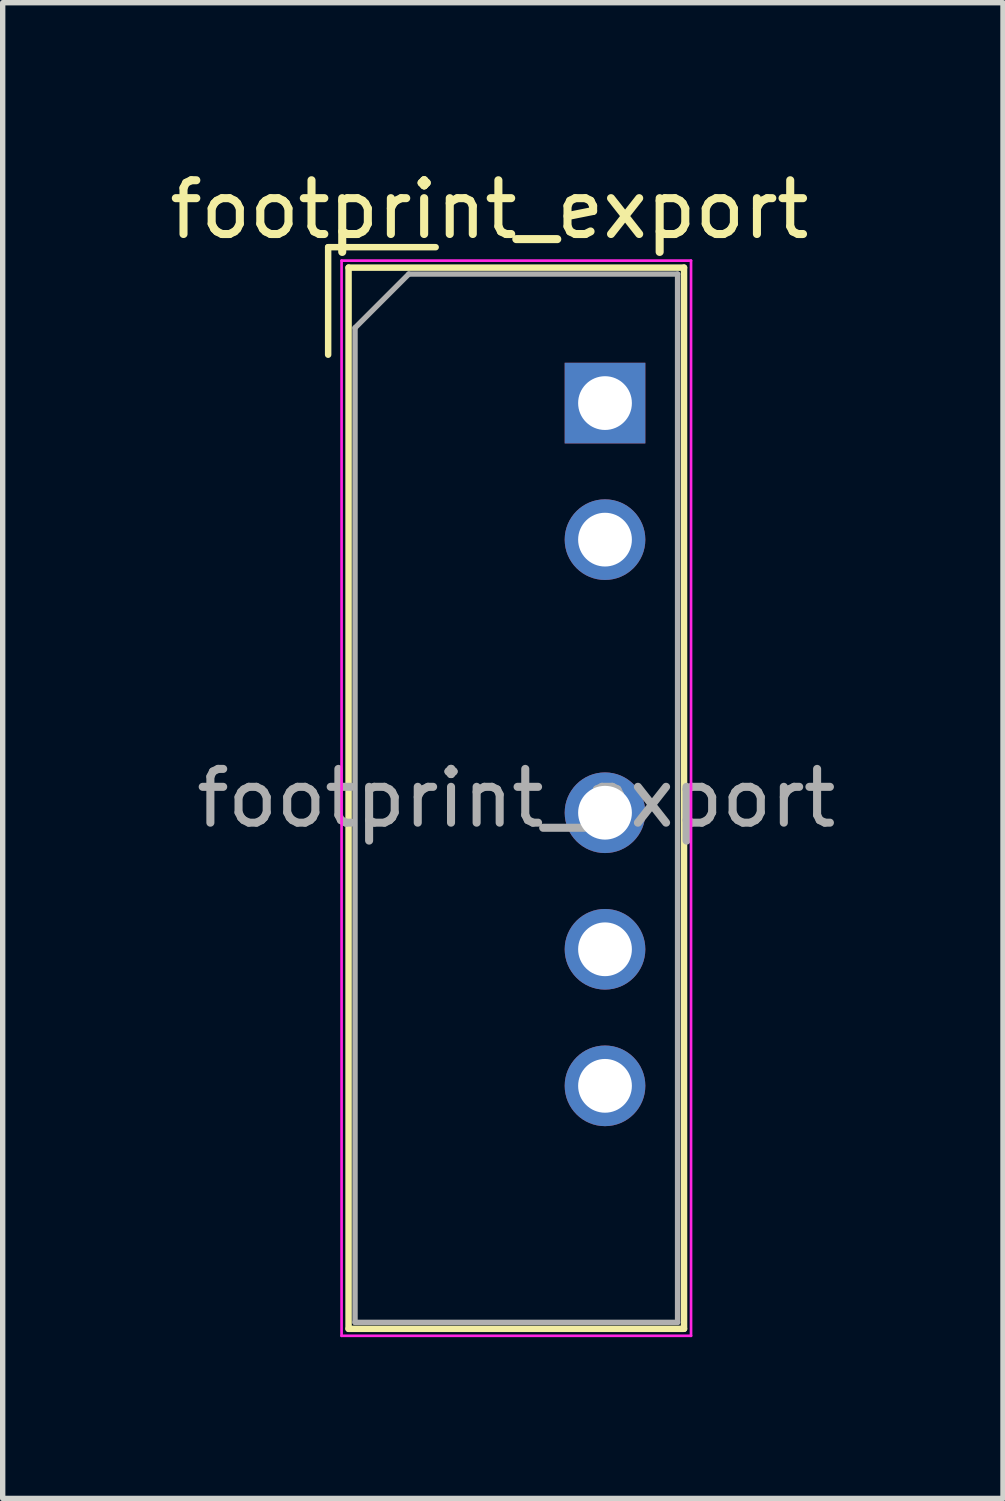
<source format=kicad_pcb>
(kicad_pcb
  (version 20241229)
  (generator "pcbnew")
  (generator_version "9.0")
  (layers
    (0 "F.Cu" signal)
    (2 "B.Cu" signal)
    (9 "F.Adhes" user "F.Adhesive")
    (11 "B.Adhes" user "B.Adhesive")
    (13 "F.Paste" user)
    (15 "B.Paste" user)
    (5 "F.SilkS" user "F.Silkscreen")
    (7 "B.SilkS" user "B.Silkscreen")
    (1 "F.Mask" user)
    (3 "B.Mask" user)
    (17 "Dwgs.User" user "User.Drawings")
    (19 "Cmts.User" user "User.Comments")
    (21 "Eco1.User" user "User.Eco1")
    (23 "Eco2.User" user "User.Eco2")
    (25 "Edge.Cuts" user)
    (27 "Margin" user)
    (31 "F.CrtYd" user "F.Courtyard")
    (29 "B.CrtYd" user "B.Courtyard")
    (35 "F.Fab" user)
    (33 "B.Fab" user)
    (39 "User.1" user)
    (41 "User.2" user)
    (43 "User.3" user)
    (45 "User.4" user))
  (footprint "footprint_export"
    (layer "F.Cu")
    (at 8.204 4.448)
    (property "Reference" "footprint_export" (at -2.15 -3.6 0) (layer "F.SilkS") (effects (font (size 1 1) (thickness 0.15))))
    (attr through_hole)
    (fp_line (start -5.15 -2.9) (end -3.15 -2.9) (stroke (width 0.12) (type solid)) (layer "F.SilkS"))
    (fp_line (start -5.15 -0.9) (end -5.15 -2.9) (stroke (width 0.12) (type solid)) (layer "F.SilkS"))
    (fp_line (start -4.77 -2.52) (end -4.77 17.22) (stroke (width 0.12) (type solid)) (layer "F.SilkS"))
    (fp_line (start -4.77 -2.52) (end 1.47 -2.52) (stroke (width 0.12) (type solid)) (layer "F.SilkS"))
    (fp_line (start -4.77 17.22) (end 1.47 17.22) (stroke (width 0.12) (type solid)) (layer "F.SilkS"))
    (fp_line (start 1.47 -2.52) (end 1.47 17.22) (stroke (width 0.12) (type solid)) (layer "F.SilkS"))
    (fp_line (start -4.9 -2.65) (end -4.9 17.35) (stroke (width 0.05) (type solid)) (layer "F.CrtYd"))
    (fp_line (start -4.9 -2.65) (end 1.6 -2.65) (stroke (width 0.05) (type solid)) (layer "F.CrtYd"))
    (fp_line (start -4.9 17.35) (end 1.6 17.35) (stroke (width 0.05) (type solid)) (layer "F.CrtYd"))
    (fp_line (start 1.6 -2.65) (end 1.6 17.35) (stroke (width 0.05) (type solid)) (layer "F.CrtYd"))
    (fp_line (start -4.65 -1.4) (end -3.65 -2.4) (stroke (width 0.1) (type solid)) (layer "F.Fab"))
    (fp_line (start -4.65 17.1) (end -4.65 -1.4) (stroke (width 0.1) (type solid)) (layer "F.Fab"))
    (fp_line (start -3.65 -2.4) (end 1.35 -2.4) (stroke (width 0.1) (type solid)) (layer "F.Fab"))
    (fp_line (start 1.35 -2.4) (end 1.35 17.1) (stroke (width 0.1) (type solid)) (layer "F.Fab"))
    (fp_line (start 1.35 17.1) (end -4.65 17.1) (stroke (width 0.1) (type solid)) (layer "F.Fab"))
    (fp_text user "${REFERENCE}" (at -1.65 7.35 0) (layer "F.Fab") (effects (font (size 1 1) (thickness 0.15))))
    (pad "1" thru_hole rect (at 0 0) (size 1.5 1.5) (drill 1) (layers "*.Cu" "*.Mask"))
    (pad "2" thru_hole circle (at 0 2.54) (size 1.5 1.5) (drill 1) (layers "*.Cu" "*.Mask"))
    (pad "4" thru_hole circle (at 0 7.62) (size 1.5 1.5) (drill 1) (layers "*.Cu" "*.Mask"))
    (pad "5" thru_hole circle (at 0 10.16) (size 1.5 1.5) (drill 1) (layers "*.Cu" "*.Mask"))
    (pad "6" thru_hole circle (at 0 12.7) (size 1.5 1.5) (drill 1) (layers "*.Cu" "*.Mask")))
  (gr_rect
    (start -3 -3)
    (end 15.607 24.823)
    (stroke (width 0.1) (type default))
    (fill no)
    (layer "Edge.Cuts")))
</source>
